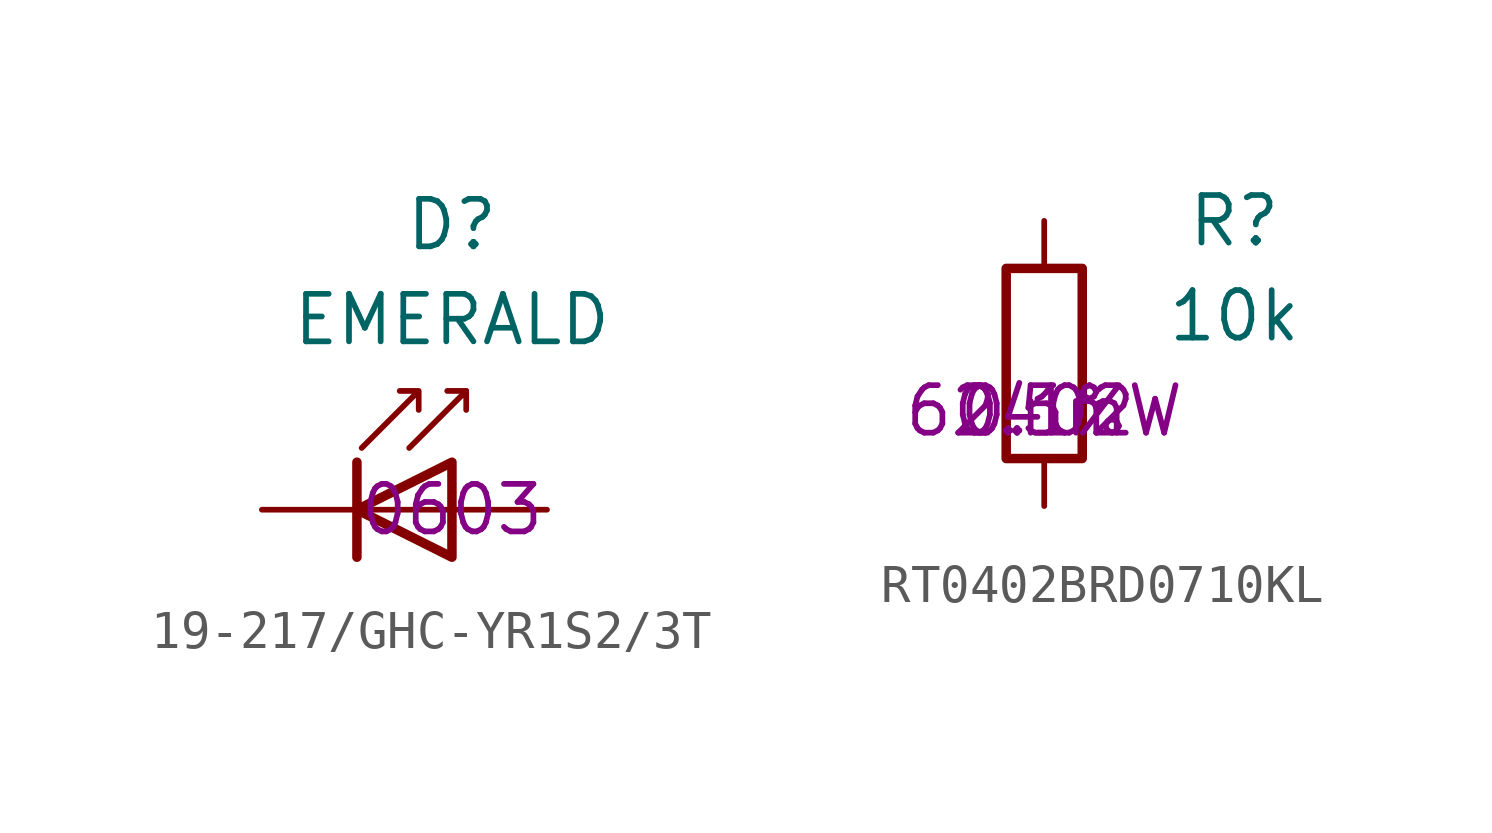
<source format=kicad_sym>
(kicad_symbol_lib
  (version 20220914)
  (generator kicad_symbol_editor)
  (symbol "19-217/GHC-YR1S2/3T"
    (pin_numbers hide)
    (pin_names
      (offset 1.016) hide)
    (property "Reference" "D"
      (at 0 7.62 0)
      (effects (font (size 1.27 1.27))))
    (property "Value" "EMERALD"
      (at 0 5.08 0)
      (effects (font (size 1.27 1.27))))
    (property "Package" "0603"
      (at 0 0 0)
      (effects (font (size 1.27 1.27))))
    (property "Assembly" ""
      (at 0 0 0)
      (effects (font (size 1.27 1.27))))
    (symbol "19-217/GHC-YR1S2/3T_0_1"
      (polyline (pts (xy -2.54 1.27) (xy -2.54 -1.27)) (stroke (width 0.254) (type default)) (fill (type none)))
      (polyline (pts (xy 0 0) (xy -2.54 0)) (stroke (width 0) (type default)) (fill (type none)))
      (polyline (pts (xy 0.381 3.175) (xy -0.127 3.175)) (stroke (width 0) (type default)) (fill (type none)))
      (polyline (pts (xy -1.143 1.651) (xy 0.381 3.175) (xy 0.381 2.667)) (stroke (width 0) (type default)) (fill (type none)))
      (polyline (pts (xy 0 1.27) (xy 0 -1.27) (xy -2.54 0) (xy 0 1.27)) (stroke (width 0.254) (type default)) (fill (type none)))
      (polyline (pts (xy -2.413 1.651) (xy -0.889 3.175) (xy -0.889 2.667) (xy -0.889 3.175) (xy -1.397 3.175)) (stroke (width 0) (type default)) (fill (type none))))
    (symbol "19-217/GHC-YR1S2/3T_1_1"
      (pin passive line (at -5.08 0 0) (length 2.54) (name "K" (effects (font (size 1.27 1.27)))) (number "1" (effects (font (size 1.27 1.27)))))
      (pin passive line (at 2.54 0 180) (length 2.54) (name "A" (effects (font (size 1.27 1.27)))) (number "2" (effects (font (size 1.27 1.27)))))))
  (symbol "RT0402BRD0710KL"
    (pin_numbers hide)
    (pin_names
      (offset 0))
    (property "Reference" "R"
      (at 5.08 5.08 0)
      (effects (font (size 1.27 1.27))))
    (property "Value" "10k"
      (at 5.08 2.54 0)
      (effects (font (size 1.27 1.27))))
    (property "Tolerance" "0.1%"
      (at 0 0 0)
      (effects (font (size 1.27 1.27))))
    (property "Power" "62.5mW"
      (at 0 0 0)
      (effects (font (size 1.27 1.27))))
    (property "Package" "0402"
      (at 0 0 0)
      (effects (font (size 1.27 1.27))))
    (property "Assembly" ""
      (at 0 0 0)
      (effects (font (size 1.27 1.27))))
    (symbol "RT0402BRD0710KL_0_1"
      (rectangle (start -1.016 3.81) (end 1.016 -1.27) (stroke (width 0.254) (type default)) (fill (type none))))
    (symbol "RT0402BRD0710KL_1_1"
      (pin passive line (at 0 5.08 270) (length 1.27) (name "~" (effects (font (size 1.27 1.27)))) (number "1" (effects (font (size 1.27 1.27)))))
      (pin passive line (at 0 -2.54 90) (length 1.27) (name "~" (effects (font (size 1.27 1.27)))) (number "2" (effects (font (size 1.27 1.27))))))))
</source>
